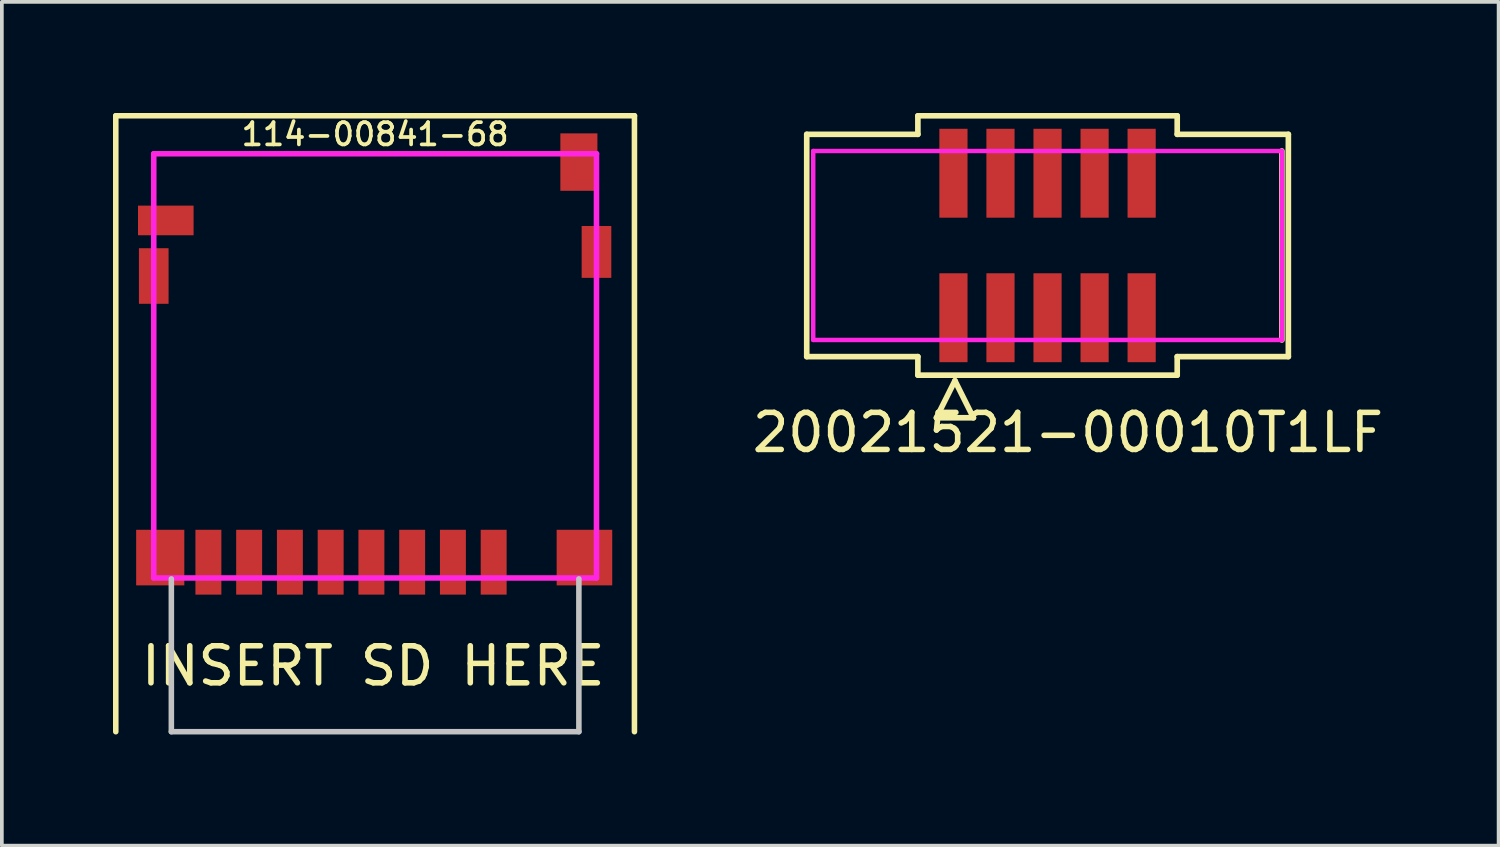
<source format=kicad_pcb>
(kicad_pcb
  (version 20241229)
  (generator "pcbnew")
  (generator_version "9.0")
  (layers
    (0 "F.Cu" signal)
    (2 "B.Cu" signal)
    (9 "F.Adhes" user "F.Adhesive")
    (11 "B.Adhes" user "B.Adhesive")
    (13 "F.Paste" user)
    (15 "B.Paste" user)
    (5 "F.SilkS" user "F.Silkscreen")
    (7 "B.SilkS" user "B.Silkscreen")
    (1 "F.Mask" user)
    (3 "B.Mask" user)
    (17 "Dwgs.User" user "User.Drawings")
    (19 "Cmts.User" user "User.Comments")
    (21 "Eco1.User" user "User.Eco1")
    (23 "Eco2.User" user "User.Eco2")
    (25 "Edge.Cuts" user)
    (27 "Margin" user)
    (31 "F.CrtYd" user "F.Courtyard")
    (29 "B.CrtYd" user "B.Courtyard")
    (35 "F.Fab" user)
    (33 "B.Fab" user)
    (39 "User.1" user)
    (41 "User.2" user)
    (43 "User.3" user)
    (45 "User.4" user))
  (footprint "114-00841-68"
    (layer "F.Cu")
    (at 7.075 7.075)
    (property "Reference" "114-00841-68" (at 0 -6.5 0) (layer "F.SilkS") (effects (font (size 0.6 0.6) (thickness 0.1))))
    (attr through_hole)
    (fp_line (start -7 -7) (end -7 9.625) (stroke (width 0.15) (type solid)) (layer "F.SilkS"))
    (fp_line (start -7 -7) (end 7 -7) (stroke (width 0.15) (type solid)) (layer "F.SilkS"))
    (fp_line (start 7 -7) (end 7 9.625) (stroke (width 0.15) (type solid)) (layer "F.SilkS"))
    (fp_line (start -5.5 5.5) (end -5.5 9.625) (stroke (width 0.15) (type solid)) (layer "Dwgs.User"))
    (fp_line (start -5.5 9.625) (end 5.5 9.625) (stroke (width 0.15) (type solid)) (layer "Dwgs.User"))
    (fp_line (start 5.5 9.625) (end 5.5 5.5) (stroke (width 0.15) (type solid)) (layer "Dwgs.User"))
    (fp_line (start -5.975 -5.975) (end -5.975 5.475) (stroke (width 0.15) (type solid)) (layer "F.CrtYd"))
    (fp_line (start -5.975 -5.975) (end 5.975 -5.975) (stroke (width 0.15) (type solid)) (layer "F.CrtYd"))
    (fp_line (start -5.975 5.475) (end 5.975 5.475) (stroke (width 0.15) (type solid)) (layer "F.CrtYd"))
    (fp_line (start 5.975 5.475) (end 5.975 -5.975) (stroke (width 0.15) (type solid)) (layer "F.CrtYd"))
    (fp_text user "INSERT SD HERE" (at -0.05 7.85 0) (layer "F.SilkS") (effects (font (size 1 1) (thickness 0.15))))
    (pad "1" smd rect (at 3.2 5.05) (size 0.7 1.75) (layers "F.Cu" "F.Mask" "F.Paste"))
    (pad "2" smd rect (at 2.1 5.05) (size 0.7 1.75) (layers "F.Cu" "F.Mask" "F.Paste"))
    (pad "3" smd rect (at 1 5.05) (size 0.7 1.75) (layers "F.Cu" "F.Mask" "F.Paste"))
    (pad "4" smd rect (at -0.1 5.05) (size 0.7 1.75) (layers "F.Cu" "F.Mask" "F.Paste"))
    (pad "5" smd rect (at -1.2 5.05) (size 0.7 1.75) (layers "F.Cu" "F.Mask" "F.Paste"))
    (pad "6" smd rect (at -2.3 5.05) (size 0.7 1.75) (layers "F.Cu" "F.Mask" "F.Paste"))
    (pad "7" smd rect (at -3.4 5.05) (size 0.7 1.75) (layers "F.Cu" "F.Mask" "F.Paste"))
    (pad "8" smd rect (at -4.5 5.05) (size 0.7 1.75) (layers "F.Cu" "F.Mask" "F.Paste"))
    (pad "9" smd rect (at -5.975 -2.675) (size 0.8 1.5) (layers "F.Cu" "F.Mask" "F.Paste"))
    (pad "9" smd rect (at -5.8 4.925) (size 1.3 1.5) (layers "F.Cu" "F.Mask" "F.Paste"))
    (pad "9" smd rect (at 5.65 4.925) (size 1.5 1.5) (layers "F.Cu" "F.Mask" "F.Paste"))
    (pad "9" smd rect (at 5.975 -3.325) (size 0.8 1.4) (layers "F.Cu" "F.Mask" "F.Paste"))
    (pad "10" smd rect (at -5.65 -4.175) (size 1.5 0.8) (layers "F.Cu" "F.Mask" "F.Paste"))
    (pad "11" smd rect (at 5.5 -5.75) (size 1 1.55) (layers "F.Cu" "F.Mask" "F.Paste")))
  (footprint "20021521-00010T1LF"
    (layer "F.Cu")
    (at 25.225 3.576)
    (property "Reference" "20021521-00010T1LF" (at 0.55 5.05 0) (layer "F.SilkS") (effects (font (size 1 1) (thickness 0.15))))
    (attr through_hole)
    (fp_line (start -6.5 -3) (end -6.5 3) (stroke (width 0.152) (type solid)) (layer "F.SilkS"))
    (fp_line (start -6.5 -3) (end -3.5 -3) (stroke (width 0.152) (type solid)) (layer "F.SilkS"))
    (fp_line (start -3.5 -3.5) (end 3.5 -3.5) (stroke (width 0.152) (type solid)) (layer "F.SilkS"))
    (fp_line (start -3.5 -3) (end -3.5 -3.5) (stroke (width 0.152) (type solid)) (layer "F.SilkS"))
    (fp_line (start -3.5 3) (end -6.5 3) (stroke (width 0.152) (type solid)) (layer "F.SilkS"))
    (fp_line (start -3.5 3.5) (end -3.5 3) (stroke (width 0.152) (type solid)) (layer "F.SilkS"))
    (fp_line (start -3 4.65) (end -2 4.65) (stroke (width 0.152) (type solid)) (layer "F.SilkS"))
    (fp_line (start -2.5 3.65) (end -3 4.65) (stroke (width 0.152) (type solid)) (layer "F.SilkS"))
    (fp_line (start -2 4.65) (end -2.5 3.65) (stroke (width 0.152) (type solid)) (layer "F.SilkS"))
    (fp_line (start 3.5 -3.5) (end 3.5 -3) (stroke (width 0.152) (type solid)) (layer "F.SilkS"))
    (fp_line (start 3.5 -3) (end 6.5 -3) (stroke (width 0.152) (type solid)) (layer "F.SilkS"))
    (fp_line (start 3.5 3) (end 3.5 3.5) (stroke (width 0.152) (type solid)) (layer "F.SilkS"))
    (fp_line (start 3.5 3.5) (end -3.5 3.5) (stroke (width 0.152) (type solid)) (layer "F.SilkS"))
    (fp_line (start 6.325 -2.55) (end 6.325 2.55) (stroke (width 0.152) (type solid)) (layer "F.SilkS"))
    (fp_line (start 6.5 -3) (end 6.5 3) (stroke (width 0.152) (type solid)) (layer "F.SilkS"))
    (fp_line (start 6.5 3) (end 3.5 3) (stroke (width 0.152) (type solid)) (layer "F.SilkS"))
    (fp_line (start -6.325 -2.55) (end 6.325 -2.55) (stroke (width 0.12) (type solid)) (layer "F.CrtYd"))
    (fp_line (start -6.325 2.55) (end -6.325 -2.55) (stroke (width 0.12) (type solid)) (layer "F.CrtYd"))
    (fp_line (start 6.325 -2.55) (end 6.325 2.55) (stroke (width 0.12) (type solid)) (layer "F.CrtYd"))
    (fp_line (start 6.325 2.55) (end -6.325 2.55) (stroke (width 0.12) (type solid)) (layer "F.CrtYd"))
    (pad "1" smd rect (at -2.54 1.95) (size 0.76 2.4) (layers "F.Cu" "F.Mask" "F.Paste"))
    (pad "2" smd rect (at -2.54 -1.95) (size 0.76 2.4) (layers "F.Cu" "F.Mask" "F.Paste"))
    (pad "3" smd rect (at -1.27 1.95) (size 0.76 2.4) (layers "F.Cu" "F.Mask" "F.Paste"))
    (pad "4" smd rect (at -1.27 -1.95) (size 0.76 2.4) (layers "F.Cu" "F.Mask" "F.Paste"))
    (pad "5" smd rect (at 0 1.95) (size 0.76 2.4) (layers "F.Cu" "F.Mask" "F.Paste"))
    (pad "6" smd rect (at 0 -1.95) (size 0.76 2.4) (layers "F.Cu" "F.Mask" "F.Paste"))
    (pad "7" smd rect (at 1.27 1.95) (size 0.76 2.4) (layers "F.Cu" "F.Mask" "F.Paste"))
    (pad "8" smd rect (at 1.27 -1.95) (size 0.76 2.4) (layers "F.Cu" "F.Mask" "F.Paste"))
    (pad "9" smd rect (at 2.54 1.95) (size 0.76 2.4) (layers "F.Cu" "F.Mask" "F.Paste"))
    (pad "10" smd rect (at 2.54 -1.95) (size 0.76 2.4) (layers "F.Cu" "F.Mask" "F.Paste")))
  (gr_rect
    (start -3 -3)
    (end 37.4 19.775)
    (stroke (width 0.1) (type default))
    (fill no)
    (layer "Edge.Cuts")))
</source>
